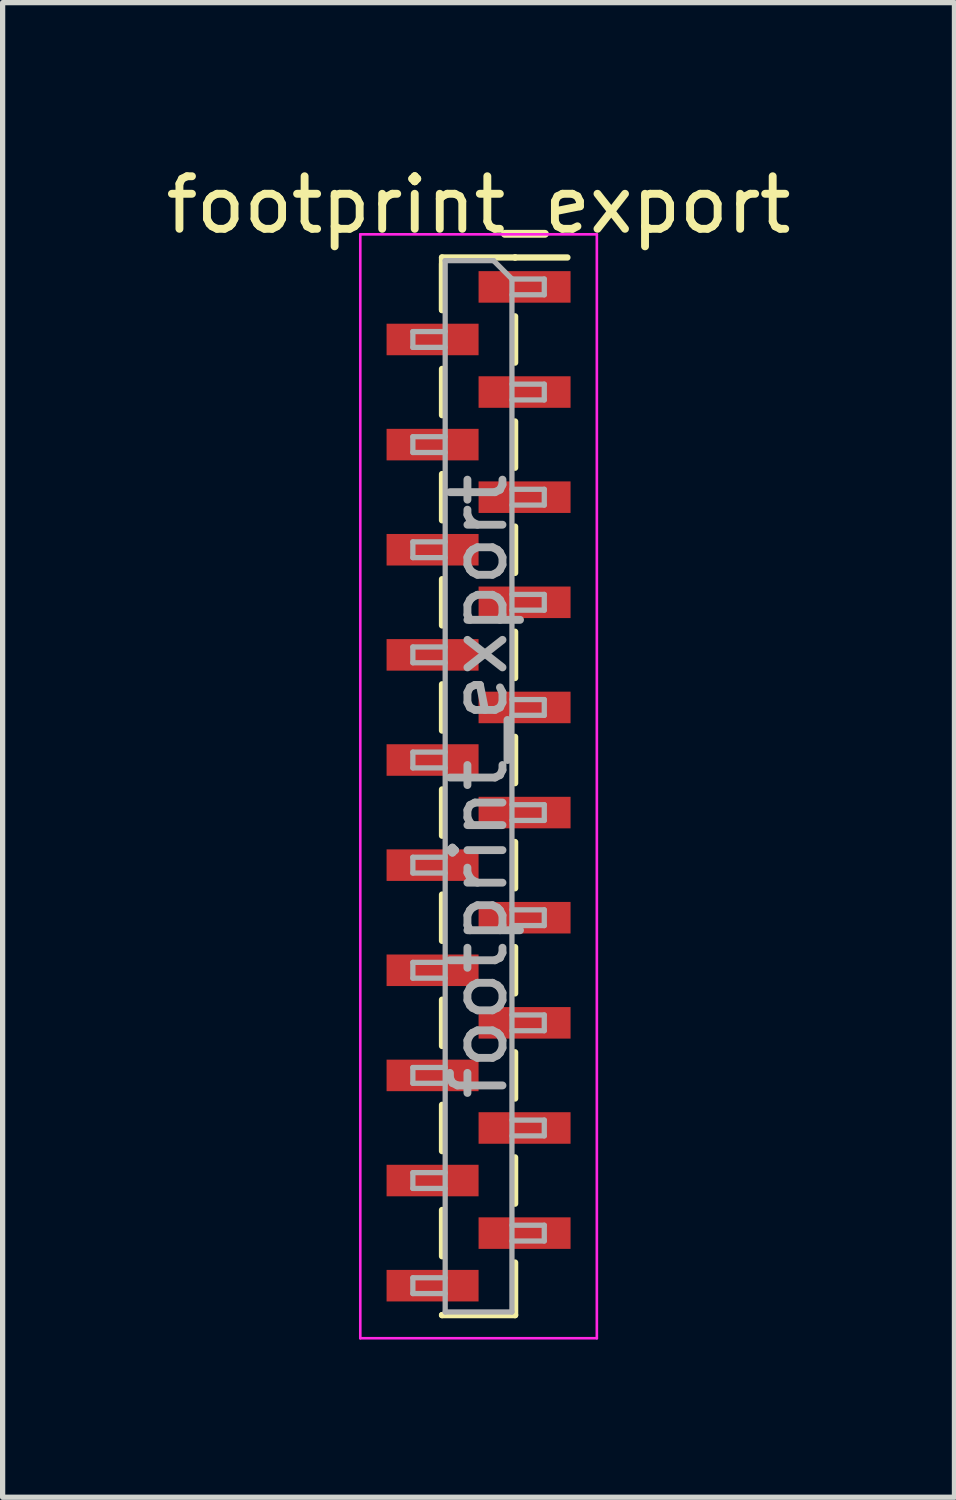
<source format=kicad_pcb>
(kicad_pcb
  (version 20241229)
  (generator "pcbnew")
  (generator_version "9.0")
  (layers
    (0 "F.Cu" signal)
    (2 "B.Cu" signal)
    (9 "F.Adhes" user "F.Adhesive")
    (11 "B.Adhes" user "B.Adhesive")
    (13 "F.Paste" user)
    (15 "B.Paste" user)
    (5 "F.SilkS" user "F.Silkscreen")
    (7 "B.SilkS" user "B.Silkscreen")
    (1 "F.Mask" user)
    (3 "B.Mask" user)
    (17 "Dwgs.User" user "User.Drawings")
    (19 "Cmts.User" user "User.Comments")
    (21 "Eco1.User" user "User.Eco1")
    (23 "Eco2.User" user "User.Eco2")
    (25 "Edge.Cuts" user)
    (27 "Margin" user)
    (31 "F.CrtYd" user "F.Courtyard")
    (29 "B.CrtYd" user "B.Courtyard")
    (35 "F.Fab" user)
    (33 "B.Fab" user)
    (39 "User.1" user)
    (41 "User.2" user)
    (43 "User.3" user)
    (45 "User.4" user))
  (footprint "footprint_export"
    (layer "F.Cu")
    (at 6.054 11.908)
    (property "Reference" "footprint_export" (at 0 -11.06 0) (layer "F.SilkS") (effects (font (size 1 1) (thickness 0.15))))
    (attr smd)
    (fp_line (start -0.695 -10.06) (end -0.695 -9.06) (stroke (width 0.12) (type solid)) (layer "F.SilkS"))
    (fp_line (start -0.695 -10.06) (end 0.695 -10.06) (stroke (width 0.12) (type solid)) (layer "F.SilkS"))
    (fp_line (start -0.695 -9.94) (end -0.695 -9.06) (stroke (width 0.12) (type solid)) (layer "F.SilkS"))
    (fp_line (start -0.695 -7.94) (end -0.695 -7.06) (stroke (width 0.12) (type solid)) (layer "F.SilkS"))
    (fp_line (start -0.695 -5.94) (end -0.695 -5.06) (stroke (width 0.12) (type solid)) (layer "F.SilkS"))
    (fp_line (start -0.695 -3.94) (end -0.695 -3.06) (stroke (width 0.12) (type solid)) (layer "F.SilkS"))
    (fp_line (start -0.695 -1.94) (end -0.695 -1.06) (stroke (width 0.12) (type solid)) (layer "F.SilkS"))
    (fp_line (start -0.695 0.06) (end -0.695 0.94) (stroke (width 0.12) (type solid)) (layer "F.SilkS"))
    (fp_line (start -0.695 2.06) (end -0.695 2.94) (stroke (width 0.12) (type solid)) (layer "F.SilkS"))
    (fp_line (start -0.695 4.06) (end -0.695 4.94) (stroke (width 0.12) (type solid)) (layer "F.SilkS"))
    (fp_line (start -0.695 6.06) (end -0.695 6.94) (stroke (width 0.12) (type solid)) (layer "F.SilkS"))
    (fp_line (start -0.695 8.06) (end -0.695 8.94) (stroke (width 0.12) (type solid)) (layer "F.SilkS"))
    (fp_line (start -0.695 10.06) (end -0.695 10.06) (stroke (width 0.12) (type solid)) (layer "F.SilkS"))
    (fp_line (start -0.695 10.06) (end 0.695 10.06) (stroke (width 0.12) (type solid)) (layer "F.SilkS"))
    (fp_line (start 0.695 -10.06) (end 0.695 -10.06) (stroke (width 0.12) (type solid)) (layer "F.SilkS"))
    (fp_line (start 0.695 -10.06) (end 1.69 -10.06) (stroke (width 0.12) (type solid)) (layer "F.SilkS"))
    (fp_line (start 0.695 -8.94) (end 0.695 -8.06) (stroke (width 0.12) (type solid)) (layer "F.SilkS"))
    (fp_line (start 0.695 -6.94) (end 0.695 -6.06) (stroke (width 0.12) (type solid)) (layer "F.SilkS"))
    (fp_line (start 0.695 -4.94) (end 0.695 -4.06) (stroke (width 0.12) (type solid)) (layer "F.SilkS"))
    (fp_line (start 0.695 -2.94) (end 0.695 -2.06) (stroke (width 0.12) (type solid)) (layer "F.SilkS"))
    (fp_line (start 0.695 -0.94) (end 0.695 -0.06) (stroke (width 0.12) (type solid)) (layer "F.SilkS"))
    (fp_line (start 0.695 1.06) (end 0.695 1.94) (stroke (width 0.12) (type solid)) (layer "F.SilkS"))
    (fp_line (start 0.695 3.06) (end 0.695 3.94) (stroke (width 0.12) (type solid)) (layer "F.SilkS"))
    (fp_line (start 0.695 5.06) (end 0.695 5.94) (stroke (width 0.12) (type solid)) (layer "F.SilkS"))
    (fp_line (start 0.695 7.06) (end 0.695 7.94) (stroke (width 0.12) (type solid)) (layer "F.SilkS"))
    (fp_line (start 0.695 9.06) (end 0.695 10.06) (stroke (width 0.12) (type solid)) (layer "F.SilkS"))
    (fp_line (start -2.25 -10.5) (end -2.25 10.5) (stroke (width 0.05) (type solid)) (layer "F.CrtYd"))
    (fp_line (start -2.25 10.5) (end 2.25 10.5) (stroke (width 0.05) (type solid)) (layer "F.CrtYd"))
    (fp_line (start 2.25 -10.5) (end -2.25 -10.5) (stroke (width 0.05) (type solid)) (layer "F.CrtYd"))
    (fp_line (start 2.25 10.5) (end 2.25 -10.5) (stroke (width 0.05) (type solid)) (layer "F.CrtYd"))
    (fp_line (start -1.25 -8.65) (end -1.25 -8.35) (stroke (width 0.1) (type solid)) (layer "F.Fab"))
    (fp_line (start -1.25 -8.35) (end -0.635 -8.35) (stroke (width 0.1) (type solid)) (layer "F.Fab"))
    (fp_line (start -1.25 -6.65) (end -1.25 -6.35) (stroke (width 0.1) (type solid)) (layer "F.Fab"))
    (fp_line (start -1.25 -6.35) (end -0.635 -6.35) (stroke (width 0.1) (type solid)) (layer "F.Fab"))
    (fp_line (start -1.25 -4.65) (end -1.25 -4.35) (stroke (width 0.1) (type solid)) (layer "F.Fab"))
    (fp_line (start -1.25 -4.35) (end -0.635 -4.35) (stroke (width 0.1) (type solid)) (layer "F.Fab"))
    (fp_line (start -1.25 -2.65) (end -1.25 -2.35) (stroke (width 0.1) (type solid)) (layer "F.Fab"))
    (fp_line (start -1.25 -2.35) (end -0.635 -2.35) (stroke (width 0.1) (type solid)) (layer "F.Fab"))
    (fp_line (start -1.25 -0.65) (end -1.25 -0.35) (stroke (width 0.1) (type solid)) (layer "F.Fab"))
    (fp_line (start -1.25 -0.35) (end -0.635 -0.35) (stroke (width 0.1) (type solid)) (layer "F.Fab"))
    (fp_line (start -1.25 1.35) (end -1.25 1.65) (stroke (width 0.1) (type solid)) (layer "F.Fab"))
    (fp_line (start -1.25 1.65) (end -0.635 1.65) (stroke (width 0.1) (type solid)) (layer "F.Fab"))
    (fp_line (start -1.25 3.35) (end -1.25 3.65) (stroke (width 0.1) (type solid)) (layer "F.Fab"))
    (fp_line (start -1.25 3.65) (end -0.635 3.65) (stroke (width 0.1) (type solid)) (layer "F.Fab"))
    (fp_line (start -1.25 5.35) (end -1.25 5.65) (stroke (width 0.1) (type solid)) (layer "F.Fab"))
    (fp_line (start -1.25 5.65) (end -0.635 5.65) (stroke (width 0.1) (type solid)) (layer "F.Fab"))
    (fp_line (start -1.25 7.35) (end -1.25 7.65) (stroke (width 0.1) (type solid)) (layer "F.Fab"))
    (fp_line (start -1.25 7.65) (end -0.635 7.65) (stroke (width 0.1) (type solid)) (layer "F.Fab"))
    (fp_line (start -1.25 9.35) (end -1.25 9.65) (stroke (width 0.1) (type solid)) (layer "F.Fab"))
    (fp_line (start -1.25 9.65) (end -0.635 9.65) (stroke (width 0.1) (type solid)) (layer "F.Fab"))
    (fp_line (start -0.635 -10) (end -0.635 10) (stroke (width 0.1) (type solid)) (layer "F.Fab"))
    (fp_line (start -0.635 -10) (end 0.285 -10) (stroke (width 0.1) (type solid)) (layer "F.Fab"))
    (fp_line (start -0.635 -8.65) (end -1.25 -8.65) (stroke (width 0.1) (type solid)) (layer "F.Fab"))
    (fp_line (start -0.635 -6.65) (end -1.25 -6.65) (stroke (width 0.1) (type solid)) (layer "F.Fab"))
    (fp_line (start -0.635 -4.65) (end -1.25 -4.65) (stroke (width 0.1) (type solid)) (layer "F.Fab"))
    (fp_line (start -0.635 -2.65) (end -1.25 -2.65) (stroke (width 0.1) (type solid)) (layer "F.Fab"))
    (fp_line (start -0.635 -0.65) (end -1.25 -0.65) (stroke (width 0.1) (type solid)) (layer "F.Fab"))
    (fp_line (start -0.635 1.35) (end -1.25 1.35) (stroke (width 0.1) (type solid)) (layer "F.Fab"))
    (fp_line (start -0.635 3.35) (end -1.25 3.35) (stroke (width 0.1) (type solid)) (layer "F.Fab"))
    (fp_line (start -0.635 5.35) (end -1.25 5.35) (stroke (width 0.1) (type solid)) (layer "F.Fab"))
    (fp_line (start -0.635 7.35) (end -1.25 7.35) (stroke (width 0.1) (type solid)) (layer "F.Fab"))
    (fp_line (start -0.635 9.35) (end -1.25 9.35) (stroke (width 0.1) (type solid)) (layer "F.Fab"))
    (fp_line (start 0.635 -9.65) (end 0.285 -10) (stroke (width 0.1) (type solid)) (layer "F.Fab"))
    (fp_line (start 0.635 -9.65) (end 1.25 -9.65) (stroke (width 0.1) (type solid)) (layer "F.Fab"))
    (fp_line (start 0.635 -7.65) (end 1.25 -7.65) (stroke (width 0.1) (type solid)) (layer "F.Fab"))
    (fp_line (start 0.635 -5.65) (end 1.25 -5.65) (stroke (width 0.1) (type solid)) (layer "F.Fab"))
    (fp_line (start 0.635 -3.65) (end 1.25 -3.65) (stroke (width 0.1) (type solid)) (layer "F.Fab"))
    (fp_line (start 0.635 -1.65) (end 1.25 -1.65) (stroke (width 0.1) (type solid)) (layer "F.Fab"))
    (fp_line (start 0.635 0.35) (end 1.25 0.35) (stroke (width 0.1) (type solid)) (layer "F.Fab"))
    (fp_line (start 0.635 2.35) (end 1.25 2.35) (stroke (width 0.1) (type solid)) (layer "F.Fab"))
    (fp_line (start 0.635 4.35) (end 1.25 4.35) (stroke (width 0.1) (type solid)) (layer "F.Fab"))
    (fp_line (start 0.635 6.35) (end 1.25 6.35) (stroke (width 0.1) (type solid)) (layer "F.Fab"))
    (fp_line (start 0.635 8.35) (end 1.25 8.35) (stroke (width 0.1) (type solid)) (layer "F.Fab"))
    (fp_line (start 0.635 10) (end -0.635 10) (stroke (width 0.1) (type solid)) (layer "F.Fab"))
    (fp_line (start 0.635 10) (end 0.635 -9.65) (stroke (width 0.1) (type solid)) (layer "F.Fab"))
    (fp_line (start 1.25 -9.65) (end 1.25 -9.35) (stroke (width 0.1) (type solid)) (layer "F.Fab"))
    (fp_line (start 1.25 -9.35) (end 0.635 -9.35) (stroke (width 0.1) (type solid)) (layer "F.Fab"))
    (fp_line (start 1.25 -7.65) (end 1.25 -7.35) (stroke (width 0.1) (type solid)) (layer "F.Fab"))
    (fp_line (start 1.25 -7.35) (end 0.635 -7.35) (stroke (width 0.1) (type solid)) (layer "F.Fab"))
    (fp_line (start 1.25 -5.65) (end 1.25 -5.35) (stroke (width 0.1) (type solid)) (layer "F.Fab"))
    (fp_line (start 1.25 -5.35) (end 0.635 -5.35) (stroke (width 0.1) (type solid)) (layer "F.Fab"))
    (fp_line (start 1.25 -3.65) (end 1.25 -3.35) (stroke (width 0.1) (type solid)) (layer "F.Fab"))
    (fp_line (start 1.25 -3.35) (end 0.635 -3.35) (stroke (width 0.1) (type solid)) (layer "F.Fab"))
    (fp_line (start 1.25 -1.65) (end 1.25 -1.35) (stroke (width 0.1) (type solid)) (layer "F.Fab"))
    (fp_line (start 1.25 -1.35) (end 0.635 -1.35) (stroke (width 0.1) (type solid)) (layer "F.Fab"))
    (fp_line (start 1.25 0.35) (end 1.25 0.65) (stroke (width 0.1) (type solid)) (layer "F.Fab"))
    (fp_line (start 1.25 0.65) (end 0.635 0.65) (stroke (width 0.1) (type solid)) (layer "F.Fab"))
    (fp_line (start 1.25 2.35) (end 1.25 2.65) (stroke (width 0.1) (type solid)) (layer "F.Fab"))
    (fp_line (start 1.25 2.65) (end 0.635 2.65) (stroke (width 0.1) (type solid)) (layer "F.Fab"))
    (fp_line (start 1.25 4.35) (end 1.25 4.65) (stroke (width 0.1) (type solid)) (layer "F.Fab"))
    (fp_line (start 1.25 4.65) (end 0.635 4.65) (stroke (width 0.1) (type solid)) (layer "F.Fab"))
    (fp_line (start 1.25 6.35) (end 1.25 6.65) (stroke (width 0.1) (type solid)) (layer "F.Fab"))
    (fp_line (start 1.25 6.65) (end 0.635 6.65) (stroke (width 0.1) (type solid)) (layer "F.Fab"))
    (fp_line (start 1.25 8.35) (end 1.25 8.65) (stroke (width 0.1) (type solid)) (layer "F.Fab"))
    (fp_line (start 1.25 8.65) (end 0.635 8.65) (stroke (width 0.1) (type solid)) (layer "F.Fab"))
    (fp_text user "${REFERENCE}" (at 0 0 90) (layer "F.Fab") (effects (font (size 1 1) (thickness 0.15))))
    (pad "1" smd rect (at 0.875 -9.5) (size 1.75 0.6) (layers "F.Cu" "F.Mask" "F.Paste"))
    (pad "2" smd rect (at -0.875 -8.5) (size 1.75 0.6) (layers "F.Cu" "F.Mask" "F.Paste"))
    (pad "3" smd rect (at 0.875 -7.5) (size 1.75 0.6) (layers "F.Cu" "F.Mask" "F.Paste"))
    (pad "4" smd rect (at -0.875 -6.5) (size 1.75 0.6) (layers "F.Cu" "F.Mask" "F.Paste"))
    (pad "5" smd rect (at 0.875 -5.5) (size 1.75 0.6) (layers "F.Cu" "F.Mask" "F.Paste"))
    (pad "6" smd rect (at -0.875 -4.5) (size 1.75 0.6) (layers "F.Cu" "F.Mask" "F.Paste"))
    (pad "7" smd rect (at 0.875 -3.5) (size 1.75 0.6) (layers "F.Cu" "F.Mask" "F.Paste"))
    (pad "8" smd rect (at -0.875 -2.5) (size 1.75 0.6) (layers "F.Cu" "F.Mask" "F.Paste"))
    (pad "9" smd rect (at 0.875 -1.5) (size 1.75 0.6) (layers "F.Cu" "F.Mask" "F.Paste"))
    (pad "10" smd rect (at -0.875 -0.5) (size 1.75 0.6) (layers "F.Cu" "F.Mask" "F.Paste"))
    (pad "11" smd rect (at 0.875 0.5) (size 1.75 0.6) (layers "F.Cu" "F.Mask" "F.Paste"))
    (pad "12" smd rect (at -0.875 1.5) (size 1.75 0.6) (layers "F.Cu" "F.Mask" "F.Paste"))
    (pad "13" smd rect (at 0.875 2.5) (size 1.75 0.6) (layers "F.Cu" "F.Mask" "F.Paste"))
    (pad "14" smd rect (at -0.875 3.5) (size 1.75 0.6) (layers "F.Cu" "F.Mask" "F.Paste"))
    (pad "15" smd rect (at 0.875 4.5) (size 1.75 0.6) (layers "F.Cu" "F.Mask" "F.Paste"))
    (pad "16" smd rect (at -0.875 5.5) (size 1.75 0.6) (layers "F.Cu" "F.Mask" "F.Paste"))
    (pad "17" smd rect (at 0.875 6.5) (size 1.75 0.6) (layers "F.Cu" "F.Mask" "F.Paste"))
    (pad "18" smd rect (at -0.875 7.5) (size 1.75 0.6) (layers "F.Cu" "F.Mask" "F.Paste"))
    (pad "19" smd rect (at 0.875 8.5) (size 1.75 0.6) (layers "F.Cu" "F.Mask" "F.Paste"))
    (pad "20" smd rect (at -0.875 9.5) (size 1.75 0.6) (layers "F.Cu" "F.Mask" "F.Paste")))
  (gr_rect
    (start -3 -3)
    (end 15.107 25.433)
    (stroke (width 0.1) (type default))
    (fill no)
    (layer "Edge.Cuts")))
</source>
